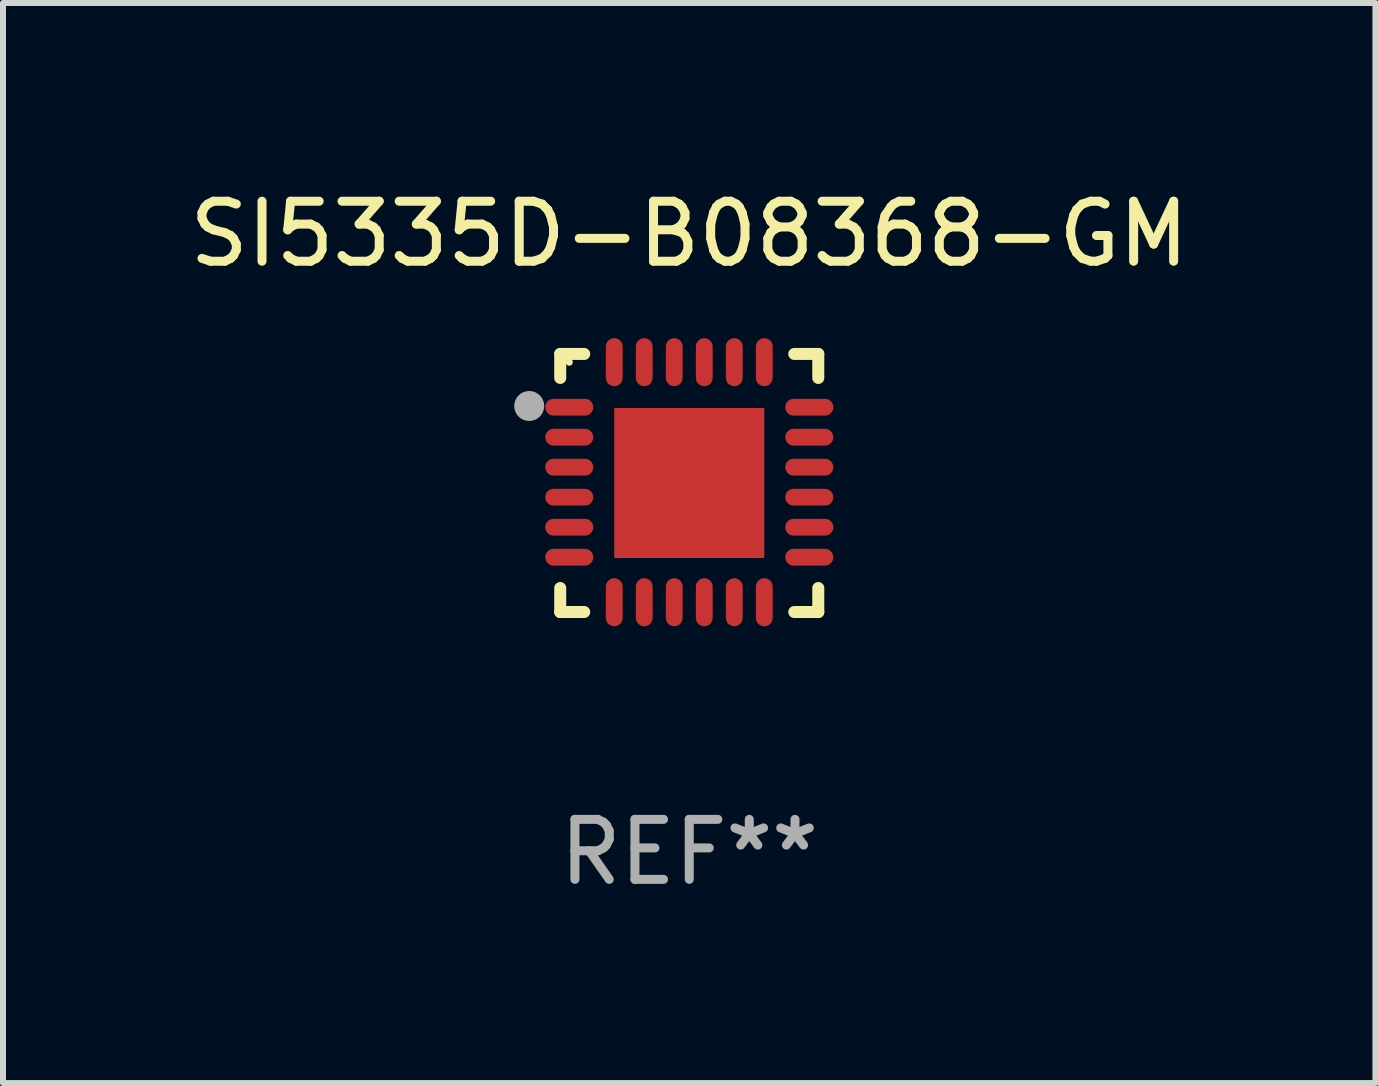
<source format=kicad_pcb>
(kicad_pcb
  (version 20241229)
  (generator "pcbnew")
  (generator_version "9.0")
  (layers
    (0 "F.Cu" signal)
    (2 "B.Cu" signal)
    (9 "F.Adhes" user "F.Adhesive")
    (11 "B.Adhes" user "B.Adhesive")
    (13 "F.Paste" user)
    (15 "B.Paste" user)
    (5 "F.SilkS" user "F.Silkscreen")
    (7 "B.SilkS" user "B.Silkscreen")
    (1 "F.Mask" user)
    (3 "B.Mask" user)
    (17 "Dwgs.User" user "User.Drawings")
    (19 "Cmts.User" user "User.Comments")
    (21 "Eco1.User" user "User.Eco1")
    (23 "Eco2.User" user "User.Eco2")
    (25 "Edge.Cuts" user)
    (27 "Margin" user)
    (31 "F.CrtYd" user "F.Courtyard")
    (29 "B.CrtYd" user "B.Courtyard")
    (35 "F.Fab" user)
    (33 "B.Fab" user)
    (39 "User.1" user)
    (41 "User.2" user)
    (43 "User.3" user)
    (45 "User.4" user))
  (footprint "SI5335D-B08368-GM"
    (layer "F.Cu")
    (at 8.435 4.998)
    (property "Reference" "SI5335D-B08368-GM" (at 0 -4.15 0) (layer "F.SilkS") (effects (font (size 1 1) (thickness 0.15))))
    (attr through_hole)
    (fp_line (start -2.15 -2.15) (end -1.75 -2.15) (stroke (width 0.2) (type solid)) (layer "F.SilkS"))
    (fp_line (start -2.15 -1.75) (end -2.15 -2.15) (stroke (width 0.2) (type solid)) (layer "F.SilkS"))
    (fp_line (start -2.15 2.15) (end -2.15 1.75) (stroke (width 0.2) (type solid)) (layer "F.SilkS"))
    (fp_line (start -1.75 2.15) (end -2.15 2.15) (stroke (width 0.2) (type solid)) (layer "F.SilkS"))
    (fp_line (start 1.75 -2.15) (end 2.15 -2.15) (stroke (width 0.2) (type solid)) (layer "F.SilkS"))
    (fp_line (start 1.75 2.15) (end 2.15 2.15) (stroke (width 0.2) (type solid)) (layer "F.SilkS"))
    (fp_line (start 2.15 -2.15) (end 2.15 -1.75) (stroke (width 0.2) (type solid)) (layer "F.SilkS"))
    (fp_line (start 2.15 2.15) (end 2.15 1.75) (stroke (width 0.2) (type solid)) (layer "F.SilkS"))
    (fp_circle (center -2 -2.013) (end -1.97 -2.013) (stroke (width 0.06) (type solid)) (fill no) (layer "F.SilkS"))
    (fp_circle (center -2.667 -1.283) (end -2.542 -1.283) (stroke (width 0.25) (type solid)) (fill no) (layer "F.Fab"))
    (fp_text user "REF**" (at 0 6.15 0) (layer "F.Fab") (effects (font (size 1 1) (thickness 0.15))))
    (pad "1" smd oval (at -2 -1.263) (size 0.8 0.28) (layers "F.Cu" "F.Mask" "F.Paste"))
    (pad "2" smd oval (at -2 -0.763) (size 0.8 0.28) (layers "F.Cu" "F.Mask" "F.Paste"))
    (pad "3" smd oval (at -2 -0.263) (size 0.8 0.28) (layers "F.Cu" "F.Mask" "F.Paste"))
    (pad "4" smd oval (at -2 0.237) (size 0.8 0.28) (layers "F.Cu" "F.Mask" "F.Paste"))
    (pad "5" smd oval (at -2 0.737) (size 0.8 0.28) (layers "F.Cu" "F.Mask" "F.Paste"))
    (pad "6" smd oval (at -2 1.237) (size 0.8 0.28) (layers "F.Cu" "F.Mask" "F.Paste"))
    (pad "7" smd oval (at -1.25 1.987) (size 0.28 0.8) (layers "F.Cu" "F.Mask" "F.Paste"))
    (pad "8" smd oval (at -0.75 1.987) (size 0.28 0.8) (layers "F.Cu" "F.Mask" "F.Paste"))
    (pad "9" smd oval (at -0.25 1.987) (size 0.28 0.8) (layers "F.Cu" "F.Mask" "F.Paste"))
    (pad "10" smd oval (at 0.25 1.987) (size 0.28 0.8) (layers "F.Cu" "F.Mask" "F.Paste"))
    (pad "11" smd oval (at 0.75 1.987) (size 0.28 0.8) (layers "F.Cu" "F.Mask" "F.Paste"))
    (pad "12" smd oval (at 1.25 1.987) (size 0.28 0.8) (layers "F.Cu" "F.Mask" "F.Paste"))
    (pad "13" smd oval (at 2 1.237) (size 0.8 0.28) (layers "F.Cu" "F.Mask" "F.Paste"))
    (pad "14" smd oval (at 2 0.737) (size 0.8 0.28) (layers "F.Cu" "F.Mask" "F.Paste"))
    (pad "15" smd oval (at 2 0.237) (size 0.8 0.28) (layers "F.Cu" "F.Mask" "F.Paste"))
    (pad "16" smd oval (at 2 -0.263) (size 0.8 0.28) (layers "F.Cu" "F.Mask" "F.Paste"))
    (pad "17" smd oval (at 2 -0.763) (size 0.8 0.28) (layers "F.Cu" "F.Mask" "F.Paste"))
    (pad "18" smd oval (at 2 -1.263) (size 0.8 0.28) (layers "F.Cu" "F.Mask" "F.Paste"))
    (pad "19" smd oval (at 1.25 -2.013) (size 0.28 0.8) (layers "F.Cu" "F.Mask" "F.Paste"))
    (pad "20" smd oval (at 0.75 -2.013) (size 0.28 0.8) (layers "F.Cu" "F.Mask" "F.Paste"))
    (pad "21" smd oval (at 0.25 -2.013) (size 0.28 0.8) (layers "F.Cu" "F.Mask" "F.Paste"))
    (pad "22" smd oval (at -0.25 -2.013) (size 0.28 0.8) (layers "F.Cu" "F.Mask" "F.Paste"))
    (pad "23" smd oval (at -0.75 -2.013) (size 0.28 0.8) (layers "F.Cu" "F.Mask" "F.Paste"))
    (pad "24" smd oval (at -1.25 -2.013) (size 0.28 0.8) (layers "F.Cu" "F.Mask" "F.Paste"))
    (pad "25" smd rect (at -0.000127 -0.00014) (size 2.5 2.5) (layers "F.Cu" "F.Mask" "F.Paste")))
  (gr_rect
    (start -3 -3)
    (end 19.869 14.997)
    (stroke (width 0.1) (type default))
    (fill no)
    (layer "Edge.Cuts")))
</source>
